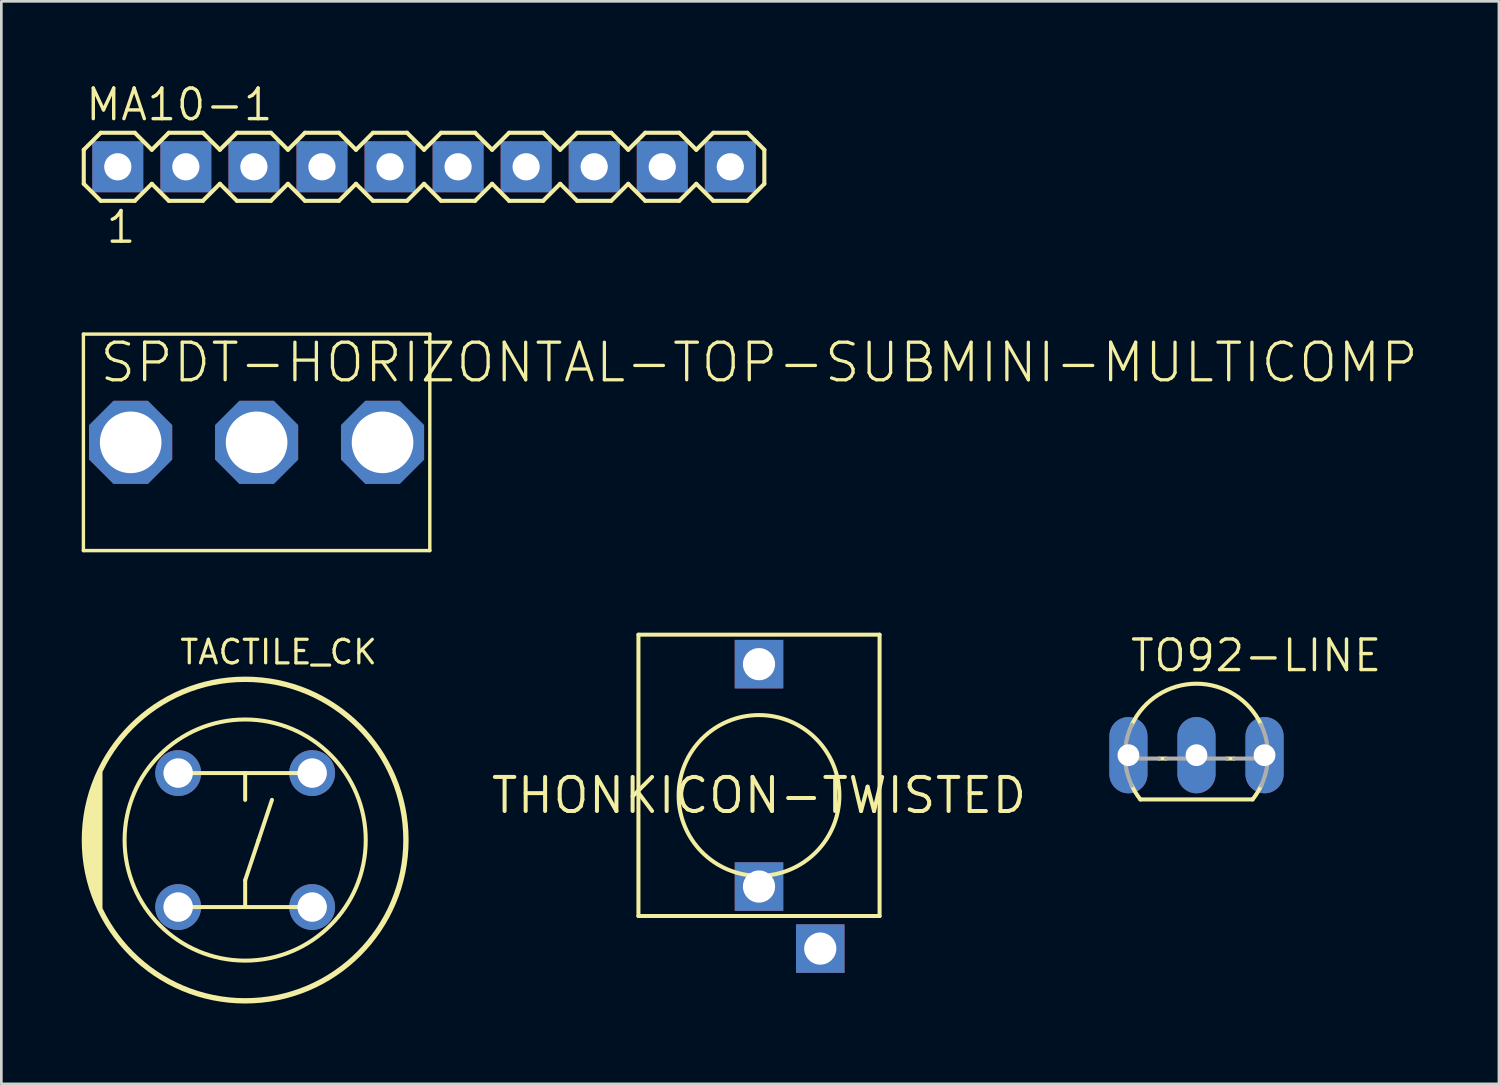
<source format=kicad_pcb>
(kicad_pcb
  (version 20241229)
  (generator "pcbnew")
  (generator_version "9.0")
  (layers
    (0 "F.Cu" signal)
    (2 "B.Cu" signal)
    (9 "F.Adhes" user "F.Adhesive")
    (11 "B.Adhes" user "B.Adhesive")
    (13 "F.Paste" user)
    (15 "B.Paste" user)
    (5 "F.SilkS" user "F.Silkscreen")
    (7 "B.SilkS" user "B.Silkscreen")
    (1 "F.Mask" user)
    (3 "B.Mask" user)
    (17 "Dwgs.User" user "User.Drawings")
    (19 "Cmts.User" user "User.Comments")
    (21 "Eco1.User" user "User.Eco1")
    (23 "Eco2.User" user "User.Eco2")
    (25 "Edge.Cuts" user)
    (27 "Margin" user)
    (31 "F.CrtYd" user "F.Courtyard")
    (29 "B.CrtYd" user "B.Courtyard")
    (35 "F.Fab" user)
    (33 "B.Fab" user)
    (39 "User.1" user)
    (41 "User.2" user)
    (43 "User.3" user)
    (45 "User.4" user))
  (footprint "TO92-LINE"
    (layer "F.Cu")
    (at 41.604 25.134)
    (property "Reference" "TO92-LINE" (at -2.54 -3.048 0) (layer "F.SilkS") (effects (font (size 1.143 1.143) (thickness 0.127)) (justify left bottom)))
    (fp_line (start -2.095 1.651) (end 2.095 1.651) (stroke (width 0.152) (type solid)) (layer "F.SilkS"))
    (fp_line (start -1.136 0.127) (end -1.404 0.127) (stroke (width 0.152) (type solid)) (layer "F.SilkS"))
    (fp_line (start 1.404 0.127) (end 1.136 0.127) (stroke (width 0.152) (type solid)) (layer "F.SilkS"))
    (fp_arc (start -2.413 -1.1359) (mid 0 -2.66699) (end 2.413 -1.1359) (stroke (width 0.1524) (type solid)) (layer "F.SilkS"))
    (fp_arc (start -2.095 1.651) (mid -2.268918 1.40252) (end -2.4135 1.1359) (stroke (width 0.1524) (type solid)) (layer "F.SilkS"))
    (fp_arc (start 2.4247 1.1118) (mid 2.275878 1.391201) (end 2.095 1.651) (stroke (width 0.1524) (type solid)) (layer "F.SilkS"))
    (fp_line (start -1.404 0.127) (end -2.664 0.127) (stroke (width 0.152) (type solid)) (layer "F.Fab"))
    (fp_line (start 1.136 0.127) (end -1.136 0.127) (stroke (width 0.152) (type solid)) (layer "F.Fab"))
    (fp_line (start 2.664 0.127) (end 1.404 0.127) (stroke (width 0.152) (type solid)) (layer "F.Fab"))
    (fp_arc (start -2.664 0.127) (mid -2.615858 -0.519825) (end -2.413 -1.1359) (stroke (width 0.1524) (type solid)) (layer "F.Fab"))
    (fp_arc (start -2.413 1.1359) (mid -2.588137 0.643799) (end -2.664 0.127) (stroke (width 0.1524) (type solid)) (layer "F.Fab"))
    (fp_arc (start 2.413 -1.1359) (mid 2.615858 -0.519825) (end 2.664 0.127) (stroke (width 0.1524) (type solid)) (layer "F.Fab"))
    (fp_arc (start 2.664 0.127) (mid 2.588137 0.643799) (end 2.413 1.1359) (stroke (width 0.1524) (type solid)) (layer "F.Fab"))
    (pad "1" thru_hole oval (at 2.54 0 90) (size 2.845 1.422) (drill 0.813) (layers "*.Cu" "*.Mask"))
    (pad "2" thru_hole oval (at 0 0 90) (size 2.845 1.422) (drill 0.813) (layers "*.Cu" "*.Mask"))
    (pad "3" thru_hole oval (at -2.54 0 90) (size 2.845 1.422) (drill 0.813) (layers "*.Cu" "*.Mask")))
  (footprint "THONKICON-TWISTED"
    (layer "F.Cu")
    (at 25.277 26.637)
    (property "Reference" "THONKICON-TWISTED" (at 0 0 0) (layer "F.SilkS") (effects (font (size 1.27 1.27) (thickness 0.15))))
    (fp_line (start -4.5 -6) (end -4.5 4.5) (stroke (width 0.15) (type solid)) (layer "F.SilkS"))
    (fp_line (start -4.5 4.5) (end 4.5 4.5) (stroke (width 0.15) (type solid)) (layer "F.SilkS"))
    (fp_line (start 4.5 -6) (end -4.5 -6) (stroke (width 0.15) (type solid)) (layer "F.SilkS"))
    (fp_line (start 4.5 4.5) (end 4.5 -6) (stroke (width 0.15) (type solid)) (layer "F.SilkS"))
    (fp_circle (center 0 0) (end 3 0) (stroke (width 0.15) (type solid)) (fill no) (layer "F.SilkS"))
    (pad "NORMAL" thru_hole rect (at 0 3.4) (size 1.81 1.81) (drill 1.2) (layers "*.Cu" "*.Mask"))
    (pad "RING" thru_hole rect (at 2.286 5.715) (size 1.81 1.81) (drill 1.2) (layers "*.Cu" "*.Mask"))
    (pad "TIP" thru_hole rect (at 0 -4.9) (size 1.81 1.81) (drill 1.2) (layers "*.Cu" "*.Mask")))
  (footprint "TACTILE_CK"
    (layer "F.Cu")
    (at 6.1 28.302)
    (property "Reference" "TACTILE_CK" (at -2.5 -6.5 0) (layer "F.SilkS") (effects (font (size 0.88 0.88) (thickness 0.12)) (justify left bottom)))
    (fp_line (start -5.9 -0.7) (end -5.9 0.6) (stroke (width 0.15) (type solid)) (layer "F.SilkS"))
    (fp_line (start -5.8 -1.3) (end -5.8 1.3) (stroke (width 0.15) (type solid)) (layer "F.SilkS"))
    (fp_line (start -5.7 -1.7) (end -5.7 1.7) (stroke (width 0.15) (type solid)) (layer "F.SilkS"))
    (fp_line (start -5.6 2) (end -5.6 -2) (stroke (width 0.15) (type solid)) (layer "F.SilkS"))
    (fp_line (start -5.5 -2.3) (end -5.5 2.3) (stroke (width 0.15) (type solid)) (layer "F.SilkS"))
    (fp_line (start -5.4 -2.5) (end -5.4 2.5) (stroke (width 0.15) (type solid)) (layer "F.SilkS"))
    (fp_line (start -2 -2.5) (end 0 -2.5) (stroke (width 0.15) (type solid)) (layer "F.SilkS"))
    (fp_line (start -2 2.5) (end 0 2.5) (stroke (width 0.15) (type solid)) (layer "F.SilkS"))
    (fp_line (start 0 -2.5) (end 0 -1.5) (stroke (width 0.15) (type solid)) (layer "F.SilkS"))
    (fp_line (start 0 -2.5) (end 2 -2.5) (stroke (width 0.15) (type solid)) (layer "F.SilkS"))
    (fp_line (start 0 1.5) (end 0.5 0) (stroke (width 0.15) (type solid)) (layer "F.SilkS"))
    (fp_line (start 0 2.5) (end 0 1.5) (stroke (width 0.15) (type solid)) (layer "F.SilkS"))
    (fp_line (start 0 2.5) (end 2 2.5) (stroke (width 0.15) (type solid)) (layer "F.SilkS"))
    (fp_line (start 0.5 0) (end 1 -1.5) (stroke (width 0.15) (type solid)) (layer "F.SilkS"))
    (fp_circle (center 0 0) (end 4.5 0) (stroke (width 0.15) (type solid)) (fill no) (layer "F.SilkS"))
    (fp_circle (center 0 0) (end 6 0) (stroke (width 0.2) (type solid)) (fill no) (layer "F.SilkS"))
    (pad "P$1" thru_hole circle (at -2.5 -2.5) (size 1.71 1.71) (drill 1.1) (layers "*.Cu" "*.Mask"))
    (pad "P$2" thru_hole circle (at 2.5 -2.5) (size 1.71 1.71) (drill 1.1) (layers "*.Cu" "*.Mask"))
    (pad "P$3" thru_hole circle (at -2.5 2.5) (size 1.71 1.71) (drill 1.1) (layers "*.Cu" "*.Mask"))
    (pad "P$4" thru_hole circle (at 2.5 2.5) (size 1.71 1.71) (drill 1.1) (layers "*.Cu" "*.Mask")))
  (footprint "SPDT-HORIZONTAL-TOP-SUBMINI-MULTICOMP"
    (layer "F.Cu")
    (at 6.527 13.459)
    (property "Reference" "SPDT-HORIZONTAL-TOP-SUBMINI-MULTICOMP" (at -5.928 -2.158 0) (layer "F.SilkS") (effects (font (size 1.402 1.402) (thickness 0.122)) (justify left bottom)))
    (fp_line (start -6.464 -4.04) (end -6.464 4.04) (stroke (width 0.127) (type solid)) (layer "F.SilkS"))
    (fp_line (start -6.464 4.04) (end 6.464 4.04) (stroke (width 0.127) (type solid)) (layer "F.SilkS"))
    (fp_line (start 6.464 -4.04) (end -6.464 -4.04) (stroke (width 0.127) (type solid)) (layer "F.SilkS"))
    (fp_line (start 6.464 4.04) (end 6.464 -4.04) (stroke (width 0.127) (type solid)) (layer "F.SilkS"))
    (pad "1" thru_hole roundrect (at 4.7 0 90) (size 3.1 3.1) (drill 2.3) (layers "*.Cu" "*.Mask") (roundrect_rratio 0.25) (chamfer_ratio 0.293) (chamfer top_left top_right bottom_left bottom_right))
    (pad "2" thru_hole roundrect (at 0 0 90) (size 3.1 3.1) (drill 2.3) (layers "*.Cu" "*.Mask") (roundrect_rratio 0.25) (chamfer_ratio 0.293) (chamfer top_left top_right bottom_left bottom_right))
    (pad "3" thru_hole roundrect (at -4.7 0 90) (size 3.1 3.1) (drill 2.3) (layers "*.Cu" "*.Mask") (roundrect_rratio 0.25) (chamfer_ratio 0.293) (chamfer top_left top_right bottom_left bottom_right)))
  (footprint "MA10-1"
    (layer "F.Cu")
    (at 12.776 3.175)
    (property "Reference" "MA10-1" (at -12.7 -1.651 0) (layer "F.SilkS") (effects (font (size 1.143 1.143) (thickness 0.127)) (justify left bottom)))
    (fp_line (start -12.7 -0.635) (end -12.7 0.635) (stroke (width 0.152) (type solid)) (layer "F.SilkS"))
    (fp_line (start -12.7 0.635) (end -12.065 1.27) (stroke (width 0.152) (type solid)) (layer "F.SilkS"))
    (fp_line (start -12.065 -1.27) (end -12.7 -0.635) (stroke (width 0.152) (type solid)) (layer "F.SilkS"))
    (fp_line (start -12.065 -1.27) (end -10.795 -1.27) (stroke (width 0.152) (type solid)) (layer "F.SilkS"))
    (fp_line (start -10.795 -1.27) (end -10.16 -0.635) (stroke (width 0.152) (type solid)) (layer "F.SilkS"))
    (fp_line (start -10.795 1.27) (end -12.065 1.27) (stroke (width 0.152) (type solid)) (layer "F.SilkS"))
    (fp_line (start -10.16 -0.635) (end -9.525 -1.27) (stroke (width 0.152) (type solid)) (layer "F.SilkS"))
    (fp_line (start -10.16 0.635) (end -10.795 1.27) (stroke (width 0.152) (type solid)) (layer "F.SilkS"))
    (fp_line (start -9.525 -1.27) (end -8.255 -1.27) (stroke (width 0.152) (type solid)) (layer "F.SilkS"))
    (fp_line (start -9.525 1.27) (end -10.16 0.635) (stroke (width 0.152) (type solid)) (layer "F.SilkS"))
    (fp_line (start -8.255 -1.27) (end -7.62 -0.635) (stroke (width 0.152) (type solid)) (layer "F.SilkS"))
    (fp_line (start -8.255 1.27) (end -9.525 1.27) (stroke (width 0.152) (type solid)) (layer "F.SilkS"))
    (fp_line (start -7.62 -0.635) (end -6.985 -1.27) (stroke (width 0.152) (type solid)) (layer "F.SilkS"))
    (fp_line (start -7.62 0.635) (end -8.255 1.27) (stroke (width 0.152) (type solid)) (layer "F.SilkS"))
    (fp_line (start -6.985 -1.27) (end -5.715 -1.27) (stroke (width 0.152) (type solid)) (layer "F.SilkS"))
    (fp_line (start -6.985 1.27) (end -7.62 0.635) (stroke (width 0.152) (type solid)) (layer "F.SilkS"))
    (fp_line (start -5.715 -1.27) (end -5.08 -0.635) (stroke (width 0.152) (type solid)) (layer "F.SilkS"))
    (fp_line (start -5.715 1.27) (end -6.985 1.27) (stroke (width 0.152) (type solid)) (layer "F.SilkS"))
    (fp_line (start -5.08 0.635) (end -5.715 1.27) (stroke (width 0.152) (type solid)) (layer "F.SilkS"))
    (fp_line (start -5.08 0.635) (end -4.445 1.27) (stroke (width 0.152) (type solid)) (layer "F.SilkS"))
    (fp_line (start -4.445 -1.27) (end -5.08 -0.635) (stroke (width 0.152) (type solid)) (layer "F.SilkS"))
    (fp_line (start -4.445 -1.27) (end -3.175 -1.27) (stroke (width 0.152) (type solid)) (layer "F.SilkS"))
    (fp_line (start -3.175 -1.27) (end -2.54 -0.635) (stroke (width 0.152) (type solid)) (layer "F.SilkS"))
    (fp_line (start -3.175 1.27) (end -4.445 1.27) (stroke (width 0.152) (type solid)) (layer "F.SilkS"))
    (fp_line (start -2.54 0.635) (end -3.175 1.27) (stroke (width 0.152) (type solid)) (layer "F.SilkS"))
    (fp_line (start -2.54 0.635) (end -1.905 1.27) (stroke (width 0.152) (type solid)) (layer "F.SilkS"))
    (fp_line (start -1.905 -1.27) (end -2.54 -0.635) (stroke (width 0.152) (type solid)) (layer "F.SilkS"))
    (fp_line (start -1.905 -1.27) (end -0.635 -1.27) (stroke (width 0.152) (type solid)) (layer "F.SilkS"))
    (fp_line (start -0.635 -1.27) (end 0 -0.635) (stroke (width 0.152) (type solid)) (layer "F.SilkS"))
    (fp_line (start -0.635 1.27) (end -1.905 1.27) (stroke (width 0.152) (type solid)) (layer "F.SilkS"))
    (fp_line (start 0 -0.635) (end 0.635 -1.27) (stroke (width 0.152) (type solid)) (layer "F.SilkS"))
    (fp_line (start 0 0.635) (end -0.635 1.27) (stroke (width 0.152) (type solid)) (layer "F.SilkS"))
    (fp_line (start 0.635 -1.27) (end 1.905 -1.27) (stroke (width 0.152) (type solid)) (layer "F.SilkS"))
    (fp_line (start 0.635 1.27) (end 0 0.635) (stroke (width 0.152) (type solid)) (layer "F.SilkS"))
    (fp_line (start 1.905 -1.27) (end 2.54 -0.635) (stroke (width 0.152) (type solid)) (layer "F.SilkS"))
    (fp_line (start 1.905 1.27) (end 0.635 1.27) (stroke (width 0.152) (type solid)) (layer "F.SilkS"))
    (fp_line (start 2.54 -0.635) (end 3.175 -1.27) (stroke (width 0.152) (type solid)) (layer "F.SilkS"))
    (fp_line (start 2.54 0.635) (end 1.905 1.27) (stroke (width 0.152) (type solid)) (layer "F.SilkS"))
    (fp_line (start 3.175 -1.27) (end 4.445 -1.27) (stroke (width 0.152) (type solid)) (layer "F.SilkS"))
    (fp_line (start 3.175 1.27) (end 2.54 0.635) (stroke (width 0.152) (type solid)) (layer "F.SilkS"))
    (fp_line (start 4.445 -1.27) (end 5.08 -0.635) (stroke (width 0.152) (type solid)) (layer "F.SilkS"))
    (fp_line (start 4.445 1.27) (end 3.175 1.27) (stroke (width 0.152) (type solid)) (layer "F.SilkS"))
    (fp_line (start 5.08 0.635) (end 4.445 1.27) (stroke (width 0.152) (type solid)) (layer "F.SilkS"))
    (fp_line (start 5.08 0.635) (end 5.715 1.27) (stroke (width 0.152) (type solid)) (layer "F.SilkS"))
    (fp_line (start 5.715 -1.27) (end 5.08 -0.635) (stroke (width 0.152) (type solid)) (layer "F.SilkS"))
    (fp_line (start 5.715 -1.27) (end 6.985 -1.27) (stroke (width 0.152) (type solid)) (layer "F.SilkS"))
    (fp_line (start 6.985 -1.27) (end 7.62 -0.635) (stroke (width 0.152) (type solid)) (layer "F.SilkS"))
    (fp_line (start 6.985 1.27) (end 5.715 1.27) (stroke (width 0.152) (type solid)) (layer "F.SilkS"))
    (fp_line (start 7.62 0.635) (end 6.985 1.27) (stroke (width 0.152) (type solid)) (layer "F.SilkS"))
    (fp_line (start 7.62 0.635) (end 8.255 1.27) (stroke (width 0.152) (type solid)) (layer "F.SilkS"))
    (fp_line (start 8.255 -1.27) (end 7.62 -0.635) (stroke (width 0.152) (type solid)) (layer "F.SilkS"))
    (fp_line (start 8.255 -1.27) (end 9.525 -1.27) (stroke (width 0.152) (type solid)) (layer "F.SilkS"))
    (fp_line (start 9.525 -1.27) (end 10.16 -0.635) (stroke (width 0.152) (type solid)) (layer "F.SilkS"))
    (fp_line (start 9.525 1.27) (end 8.255 1.27) (stroke (width 0.152) (type solid)) (layer "F.SilkS"))
    (fp_line (start 10.16 -0.635) (end 10.795 -1.27) (stroke (width 0.152) (type solid)) (layer "F.SilkS"))
    (fp_line (start 10.16 0.635) (end 9.525 1.27) (stroke (width 0.152) (type solid)) (layer "F.SilkS"))
    (fp_line (start 10.795 -1.27) (end 12.065 -1.27) (stroke (width 0.152) (type solid)) (layer "F.SilkS"))
    (fp_line (start 10.795 1.27) (end 10.16 0.635) (stroke (width 0.152) (type solid)) (layer "F.SilkS"))
    (fp_line (start 12.065 -1.27) (end 12.7 -0.635) (stroke (width 0.152) (type solid)) (layer "F.SilkS"))
    (fp_line (start 12.065 1.27) (end 10.795 1.27) (stroke (width 0.152) (type solid)) (layer "F.SilkS"))
    (fp_line (start 12.7 -0.635) (end 12.7 0.635) (stroke (width 0.152) (type solid)) (layer "F.SilkS"))
    (fp_line (start 12.7 0.635) (end 12.065 1.27) (stroke (width 0.152) (type solid)) (layer "F.SilkS"))
    (fp_poly (pts (xy -11.684 0.254) (xy -11.176 0.254) (xy -11.176 -0.254) (xy -11.684 -0.254)) (stroke (width 0.1) (type solid)) (fill no) (layer "F.Fab"))
    (fp_poly (pts (xy -9.144 0.254) (xy -8.636 0.254) (xy -8.636 -0.254) (xy -9.144 -0.254)) (stroke (width 0.1) (type solid)) (fill no) (layer "F.Fab"))
    (fp_poly (pts (xy -6.604 0.254) (xy -6.096 0.254) (xy -6.096 -0.254) (xy -6.604 -0.254)) (stroke (width 0.1) (type solid)) (fill no) (layer "F.Fab"))
    (fp_poly (pts (xy -4.064 0.254) (xy -3.556 0.254) (xy -3.556 -0.254) (xy -4.064 -0.254)) (stroke (width 0.1) (type solid)) (fill no) (layer "F.Fab"))
    (fp_poly (pts (xy -1.524 0.254) (xy -1.016 0.254) (xy -1.016 -0.254) (xy -1.524 -0.254)) (stroke (width 0.1) (type solid)) (fill no) (layer "F.Fab"))
    (fp_poly (pts (xy 1.016 0.254) (xy 1.524 0.254) (xy 1.524 -0.254) (xy 1.016 -0.254)) (stroke (width 0.1) (type solid)) (fill no) (layer "F.Fab"))
    (fp_poly (pts (xy 3.556 0.254) (xy 4.064 0.254) (xy 4.064 -0.254) (xy 3.556 -0.254)) (stroke (width 0.1) (type solid)) (fill no) (layer "F.Fab"))
    (fp_poly (pts (xy 6.096 0.254) (xy 6.604 0.254) (xy 6.604 -0.254) (xy 6.096 -0.254)) (stroke (width 0.1) (type solid)) (fill no) (layer "F.Fab"))
    (fp_poly (pts (xy 8.636 0.254) (xy 9.144 0.254) (xy 9.144 -0.254) (xy 8.636 -0.254)) (stroke (width 0.1) (type solid)) (fill no) (layer "F.Fab"))
    (fp_poly (pts (xy 11.176 0.254) (xy 11.684 0.254) (xy 11.684 -0.254) (xy 11.176 -0.254)) (stroke (width 0.1) (type solid)) (fill no) (layer "F.Fab"))
    (fp_text user "1" (at -11.938 2.921 0) (layer "F.SilkS") (effects (font (size 1.143 1.143) (thickness 0.127)) (justify left bottom)))
    (pad "1" thru_hole rect (at -11.43 0 90) (size 1.9 1.9) (drill 1.016) (layers "*.Cu" "*.Mask"))
    (pad "2" thru_hole rect (at -8.89 0 90) (size 1.9 1.9) (drill 1.016) (layers "*.Cu" "*.Mask"))
    (pad "3" thru_hole rect (at -6.35 0 90) (size 1.9 1.9) (drill 1.016) (layers "*.Cu" "*.Mask"))
    (pad "4" thru_hole rect (at -3.81 0 90) (size 1.9 1.9) (drill 1.016) (layers "*.Cu" "*.Mask"))
    (pad "5" thru_hole rect (at -1.27 0 90) (size 1.9 1.9) (drill 1.016) (layers "*.Cu" "*.Mask"))
    (pad "6" thru_hole rect (at 1.27 0 90) (size 1.9 1.9) (drill 1.016) (layers "*.Cu" "*.Mask"))
    (pad "7" thru_hole rect (at 3.81 0 90) (size 1.9 1.9) (drill 1.016) (layers "*.Cu" "*.Mask"))
    (pad "8" thru_hole rect (at 6.35 0 90) (size 1.9 1.9) (drill 1.016) (layers "*.Cu" "*.Mask"))
    (pad "9" thru_hole rect (at 8.89 0 90) (size 1.9 1.9) (drill 1.016) (layers "*.Cu" "*.Mask"))
    (pad "10" thru_hole rect (at 11.43 0 90) (size 1.9 1.9) (drill 1.016) (layers "*.Cu" "*.Mask")))
  (gr_rect
    (start -3 -3)
    (end 52.892 37.402)
    (stroke (width 0.1) (type default))
    (fill no)
    (layer "Edge.Cuts")))
</source>
